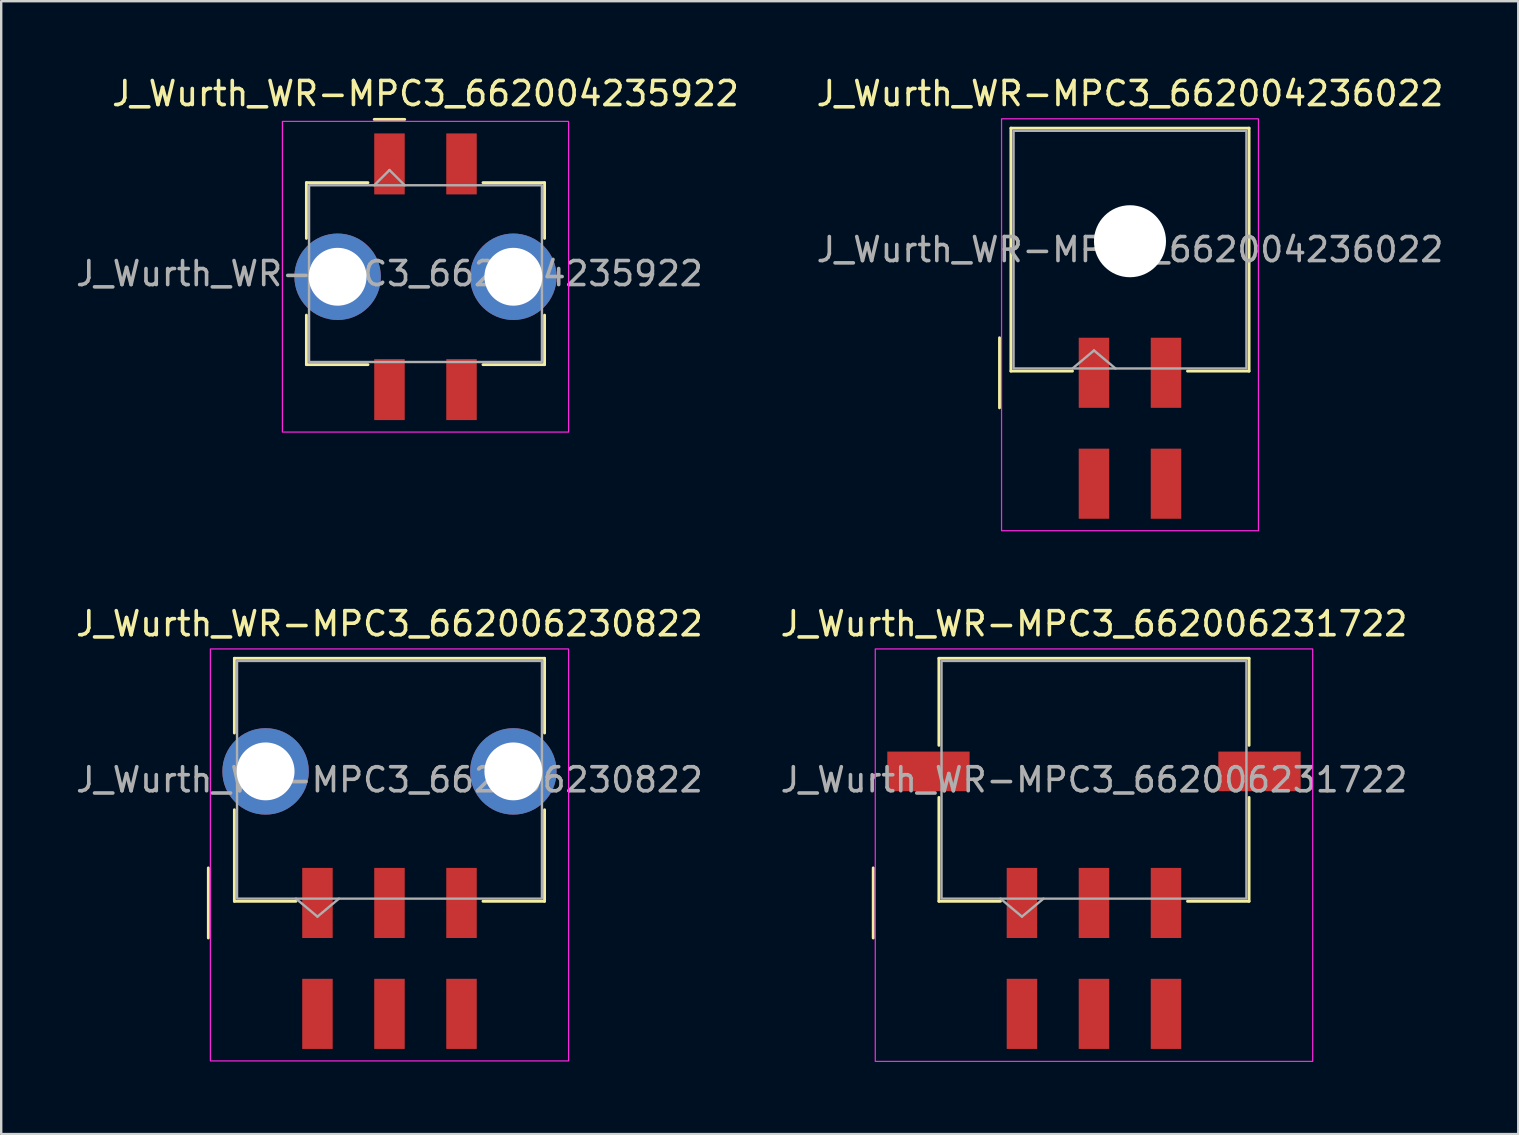
<source format=kicad_pcb>
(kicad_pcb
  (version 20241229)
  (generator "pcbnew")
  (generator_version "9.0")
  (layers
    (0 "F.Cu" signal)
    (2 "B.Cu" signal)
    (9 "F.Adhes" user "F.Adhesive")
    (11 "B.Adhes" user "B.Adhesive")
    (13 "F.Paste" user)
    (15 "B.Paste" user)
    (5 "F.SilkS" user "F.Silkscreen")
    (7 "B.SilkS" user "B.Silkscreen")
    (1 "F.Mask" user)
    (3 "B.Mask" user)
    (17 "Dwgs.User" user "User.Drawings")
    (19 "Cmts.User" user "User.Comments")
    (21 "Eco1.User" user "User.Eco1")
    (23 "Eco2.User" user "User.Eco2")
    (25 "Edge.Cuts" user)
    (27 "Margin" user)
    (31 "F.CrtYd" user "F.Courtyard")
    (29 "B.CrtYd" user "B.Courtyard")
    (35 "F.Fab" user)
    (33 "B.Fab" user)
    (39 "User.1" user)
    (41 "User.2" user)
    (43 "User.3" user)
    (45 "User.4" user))
  (footprint "J_Wurth_WR-MPC3_662006231722"
    (layer "F.Cu")
    (at 42.518 29.431)
    (property "Reference" "J_Wurth_WR-MPC3_662006231722" (at 0 -6.5 0) (unlocked yes) (layer "F.SilkS") (effects (font (size 1 1) (thickness 0.15))))
    (attr smd)
    (fp_line (start -9.195 6.59) (end -9.195 3.67) (stroke (width 0.12) (type solid)) (layer "F.SilkS"))
    (fp_line (start -6.46 -5.06) (end -6.46 -1.435) (stroke (width 0.12) (type solid)) (layer "F.SilkS"))
    (fp_line (start -6.46 -5.06) (end 6.46 -5.06) (stroke (width 0.12) (type default)) (layer "F.SilkS"))
    (fp_line (start -6.46 0.735) (end -6.46 5.06) (stroke (width 0.12) (type solid)) (layer "F.SilkS"))
    (fp_line (start -3.895 5.06) (end -6.46 5.06) (stroke (width 0.12) (type solid)) (layer "F.SilkS"))
    (fp_line (start 6.46 -5.06) (end 6.46 -1.435) (stroke (width 0.12) (type solid)) (layer "F.SilkS"))
    (fp_line (start 6.46 0.735) (end 6.46 5.06) (stroke (width 0.12) (type solid)) (layer "F.SilkS"))
    (fp_line (start 6.46 5.06) (end 3.895 5.06) (stroke (width 0.12) (type solid)) (layer "F.SilkS"))
    (fp_rect (start -9.11 -5.45) (end 9.11 11.73) (stroke (width 0.05) (type solid)) (fill no) (layer "F.CrtYd"))
    (fp_line (start -3 5.7) (end -3.895 4.95) (stroke (width 0.1) (type solid)) (layer "F.Fab"))
    (fp_line (start -3 5.7) (end -2.105 4.95) (stroke (width 0.1) (type solid)) (layer "F.Fab"))
    (fp_rect (start -6.35 -4.95) (end 6.35 4.95) (stroke (width 0.1) (type solid)) (fill no) (layer "F.Fab"))
    (fp_text user "${REFERENCE}" (at 0 0 0) (unlocked yes) (layer "F.Fab") (effects (font (size 1 1) (thickness 0.15))))
    (pad "1" smd rect (at -3 5.13 180) (size 1.27 2.92) (layers "F.Cu" "F.Mask" "F.Paste"))
    (pad "2" smd rect (at 0 5.13 180) (size 1.27 2.92) (layers "F.Cu" "F.Mask" "F.Paste"))
    (pad "3" smd rect (at 3 5.13 180) (size 1.27 2.92) (layers "F.Cu" "F.Mask" "F.Paste"))
    (pad "4" smd rect (at -3 9.75 180) (size 1.27 2.92) (layers "F.Cu" "F.Mask" "F.Paste"))
    (pad "5" smd rect (at 0 9.75 180) (size 1.27 2.92) (layers "F.Cu" "F.Mask" "F.Paste"))
    (pad "6" smd rect (at 3 9.75 180) (size 1.27 2.92) (layers "F.Cu" "F.Mask" "F.Paste"))
    (pad "MP1" smd rect (at 6.895 -0.35 180) (size 3.43 1.65) (layers "F.Cu" "F.Mask" "F.Paste"))
    (pad "MP2" smd rect (at -6.895 -0.35 180) (size 3.43 1.65) (layers "F.Cu" "F.Mask" "F.Paste")))
  (footprint "J_Wurth_WR-MPC3_662004235922"
    (layer "F.Cu")
    (at 14.673 8.348)
    (property "Reference" "J_Wurth_WR-MPC3_662004235922" (at 0 -7.5 0) (unlocked yes) (layer "F.SilkS") (effects (font (size 1 1) (thickness 0.15))))
    (attr smd)
    (fp_line (start -4.96 -3.79) (end -4.96 -1.468) (stroke (width 0.12) (type default)) (layer "F.SilkS"))
    (fp_line (start -4.96 1.728) (end -4.96 3.79) (stroke (width 0.12) (type default)) (layer "F.SilkS"))
    (fp_line (start -2.395 -3.79) (end -4.96 -3.79) (stroke (width 0.12) (type solid)) (layer "F.SilkS"))
    (fp_line (start -2.395 3.79) (end -4.96 3.79) (stroke (width 0.12) (type solid)) (layer "F.SilkS"))
    (fp_line (start -2.135 -6.425) (end -0.865 -6.425) (stroke (width 0.12) (type solid)) (layer "F.SilkS"))
    (fp_line (start 4.96 -3.79) (end 2.395 -3.79) (stroke (width 0.12) (type solid)) (layer "F.SilkS"))
    (fp_line (start 4.96 -3.79) (end 4.96 -1.468) (stroke (width 0.12) (type default)) (layer "F.SilkS"))
    (fp_line (start 4.96 1.728) (end 4.96 3.79) (stroke (width 0.12) (type default)) (layer "F.SilkS"))
    (fp_line (start 4.96 3.79) (end 2.395 3.79) (stroke (width 0.12) (type solid)) (layer "F.SilkS"))
    (fp_rect (start -5.96 -6.34) (end 5.96 6.6) (stroke (width 0.05) (type solid)) (fill no) (layer "F.CrtYd"))
    (fp_line (start -1.5 -4.315) (end -2.135 -3.68) (stroke (width 0.1) (type default)) (layer "F.Fab"))
    (fp_line (start -0.865 -3.68) (end -1.5 -4.315) (stroke (width 0.1) (type default)) (layer "F.Fab"))
    (fp_rect (start -4.85 -3.68) (end 4.85 3.68) (stroke (width 0.1) (type solid)) (fill no) (layer "F.Fab"))
    (fp_text user "${REFERENCE}" (at -1.5 0 0) (unlocked yes) (layer "F.Fab") (effects (font (size 1 1) (thickness 0.15))))
    (pad "1" smd rect (at -1.5 -4.57 180) (size 1.27 2.54) (layers "F.Cu" "F.Mask" "F.Paste"))
    (pad "2" smd rect (at 1.5 -4.57 180) (size 1.27 2.54) (layers "F.Cu" "F.Mask" "F.Paste"))
    (pad "3" smd rect (at -1.5 4.83 180) (size 1.27 2.54) (layers "F.Cu" "F.Mask" "F.Paste"))
    (pad "4" smd rect (at 1.5 4.83 180) (size 1.27 2.54) (layers "F.Cu" "F.Mask" "F.Paste"))
    (pad "MH1" thru_hole circle (at 3.66 0.13 180) (size 3.6 3.6) (drill 2.41) (layers "*.Cu" "*.Mask"))
    (pad "MH2" thru_hole circle (at -3.66 0.13 180) (size 3.6 3.6) (drill 2.41) (layers "*.Cu" "*.Mask")))
  (footprint "J_Wurth_WR-MPC3_662004236022"
    (layer "F.Cu")
    (at 44.018 7.348)
    (property "Reference" "J_Wurth_WR-MPC3_662004236022" (at 0 -6.5 0) (unlocked yes) (layer "F.SilkS") (effects (font (size 1 1) (thickness 0.15))))
    (attr smd)
    (fp_line (start -5.435 3.67) (end -5.435 6.59) (stroke (width 0.12) (type solid)) (layer "F.SilkS"))
    (fp_line (start -4.96 -5.06) (end 4.96 -5.06) (stroke (width 0.12) (type default)) (layer "F.SilkS"))
    (fp_line (start -4.96 5.06) (end -4.96 -5.06) (stroke (width 0.12) (type default)) (layer "F.SilkS"))
    (fp_line (start -2.395 5.06) (end -4.96 5.06) (stroke (width 0.12) (type solid)) (layer "F.SilkS"))
    (fp_line (start 4.96 -5.06) (end 4.96 5.06) (stroke (width 0.12) (type default)) (layer "F.SilkS"))
    (fp_line (start 4.96 5.06) (end 2.395 5.06) (stroke (width 0.12) (type solid)) (layer "F.SilkS"))
    (fp_rect (start -5.35 -5.45) (end 5.35 11.71) (stroke (width 0.05) (type solid)) (fill no) (layer "F.CrtYd"))
    (fp_line (start -1.5 4.2) (end -2.395 4.95) (stroke (width 0.1) (type solid)) (layer "F.Fab"))
    (fp_line (start -1.5 4.2) (end -0.605 4.95) (stroke (width 0.1) (type solid)) (layer "F.Fab"))
    (fp_rect (start -4.85 -4.95) (end 4.85 4.95) (stroke (width 0.1) (type solid)) (fill no) (layer "F.Fab"))
    (fp_text user "${REFERENCE}" (at 0 0 0) (unlocked yes) (layer "F.Fab") (effects (font (size 1 1) (thickness 0.15))))
    (pad "" np_thru_hole circle (at 0 -0.35 180) (size 3 3) (drill 3) (layers "*.Cu" "*.Mask"))
    (pad "1" smd rect (at -1.5 5.13 180) (size 1.27 2.92) (layers "F.Cu" "F.Mask" "F.Paste"))
    (pad "2" smd rect (at 1.5 5.13 180) (size 1.27 2.92) (layers "F.Cu" "F.Mask" "F.Paste"))
    (pad "3" smd rect (at -1.5 9.75 180) (size 1.27 2.92) (layers "F.Cu" "F.Mask" "F.Paste"))
    (pad "4" smd rect (at 1.5 9.75 180) (size 1.27 2.92) (layers "F.Cu" "F.Mask" "F.Paste")))
  (footprint "J_Wurth_WR-MPC3_662006230822"
    (layer "F.Cu")
    (at 13.173 29.431)
    (property "Reference" "J_Wurth_WR-MPC3_662006230822" (at 0 -6.5 0) (unlocked yes) (layer "F.SilkS") (effects (font (size 1 1) (thickness 0.15))))
    (attr smd)
    (fp_line (start -7.545 6.59) (end -7.545 3.67) (stroke (width 0.12) (type solid)) (layer "F.SilkS"))
    (fp_line (start -6.46 -5.06) (end 6.46 -5.06) (stroke (width 0.12) (type solid)) (layer "F.SilkS"))
    (fp_line (start -6.46 -1.948) (end -6.46 -5.06) (stroke (width 0.12) (type solid)) (layer "F.SilkS"))
    (fp_line (start -6.46 1.248) (end -6.46 5.06) (stroke (width 0.12) (type solid)) (layer "F.SilkS"))
    (fp_line (start -3.895 5.06) (end -6.46 5.06) (stroke (width 0.12) (type solid)) (layer "F.SilkS"))
    (fp_line (start 3.895 5.06) (end 6.46 5.06) (stroke (width 0.12) (type solid)) (layer "F.SilkS"))
    (fp_line (start 6.46 -1.948) (end 6.46 -5.06) (stroke (width 0.12) (type solid)) (layer "F.SilkS"))
    (fp_line (start 6.46 1.248) (end 6.46 5.06) (stroke (width 0.12) (type solid)) (layer "F.SilkS"))
    (fp_rect (start -7.46 -5.45) (end 7.46 11.71) (stroke (width 0.05) (type solid)) (fill no) (layer "F.CrtYd"))
    (fp_line (start -3 5.7) (end -3.895 4.95) (stroke (width 0.1) (type solid)) (layer "F.Fab"))
    (fp_line (start -3 5.7) (end -2.105 4.95) (stroke (width 0.1) (type solid)) (layer "F.Fab"))
    (fp_rect (start -6.35 -4.95) (end 6.35 4.95) (stroke (width 0.1) (type solid)) (fill no) (layer "F.Fab"))
    (fp_text user "${REFERENCE}" (at 0 0 0) (unlocked yes) (layer "F.Fab") (effects (font (size 1 1) (thickness 0.15))))
    (pad "1" smd rect (at -3 5.13 270) (size 2.92 1.27) (layers "F.Cu" "F.Mask" "F.Paste"))
    (pad "2" smd rect (at 0 5.13 270) (size 2.92 1.27) (layers "F.Cu" "F.Mask" "F.Paste"))
    (pad "3" smd rect (at 3 5.13 270) (size 2.92 1.27) (layers "F.Cu" "F.Mask" "F.Paste"))
    (pad "4" smd rect (at -3 9.75 270) (size 2.92 1.27) (layers "F.Cu" "F.Mask" "F.Paste"))
    (pad "5" smd rect (at 0 9.75 270) (size 2.92 1.27) (layers "F.Cu" "F.Mask" "F.Paste"))
    (pad "6" smd rect (at 3 9.75 270) (size 2.92 1.27) (layers "F.Cu" "F.Mask" "F.Paste"))
    (pad "Z1" thru_hole circle (at 5.16 -0.35 180) (size 3.6 3.6) (drill 2.41) (layers "*.Cu" "*.Mask"))
    (pad "Z2" thru_hole circle (at -5.16 -0.35 180) (size 3.6 3.6) (drill 2.41) (layers "*.Cu" "*.Mask")))
  (gr_rect
    (start -3 -3)
    (end 60.19 44.187)
    (stroke (width 0.1) (type default))
    (fill no)
    (layer "Edge.Cuts")))
</source>
